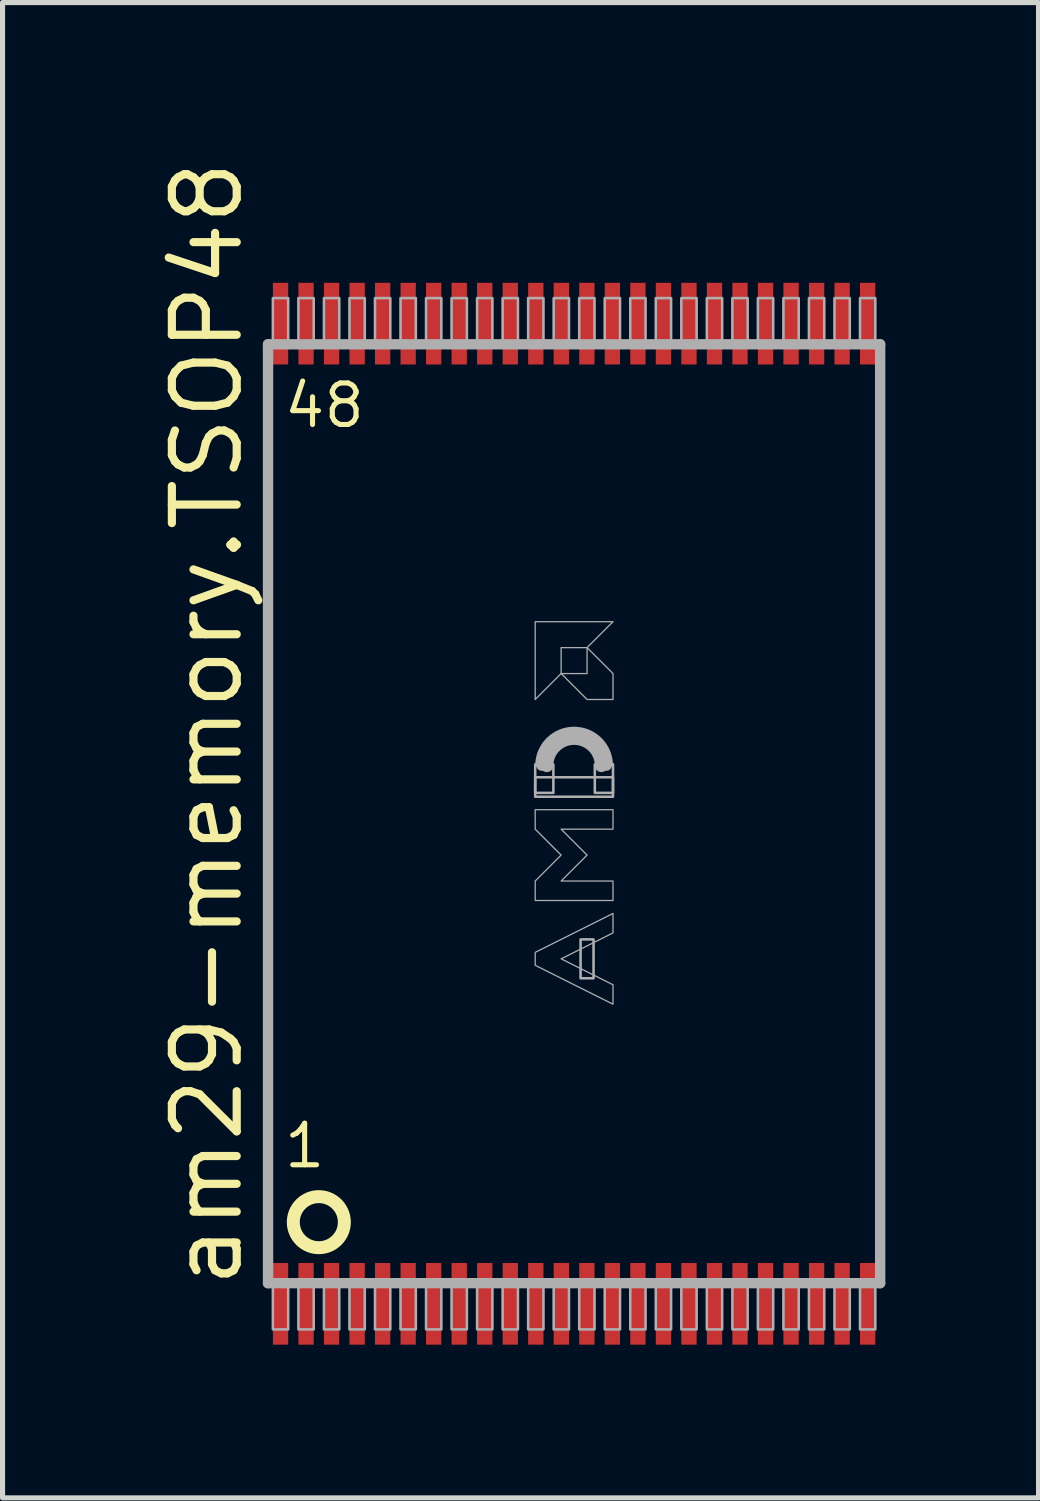
<source format=kicad_pcb>
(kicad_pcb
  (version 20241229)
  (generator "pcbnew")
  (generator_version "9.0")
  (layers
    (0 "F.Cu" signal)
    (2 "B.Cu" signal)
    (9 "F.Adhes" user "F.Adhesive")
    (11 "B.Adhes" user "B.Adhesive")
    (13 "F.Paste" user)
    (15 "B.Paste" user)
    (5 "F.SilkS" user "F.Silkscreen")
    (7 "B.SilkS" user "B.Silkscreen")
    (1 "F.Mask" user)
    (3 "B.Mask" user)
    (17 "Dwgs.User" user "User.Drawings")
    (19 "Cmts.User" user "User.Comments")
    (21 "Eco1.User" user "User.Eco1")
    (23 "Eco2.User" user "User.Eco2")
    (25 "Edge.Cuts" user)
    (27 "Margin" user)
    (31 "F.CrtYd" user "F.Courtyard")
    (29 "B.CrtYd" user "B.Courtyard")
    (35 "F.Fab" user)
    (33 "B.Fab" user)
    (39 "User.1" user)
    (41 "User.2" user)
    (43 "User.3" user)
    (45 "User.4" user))
  (footprint "am29-memory.TSOP48"
    (layer "F.Cu")
    (at 8.195 12.889)
    (property "Reference" "am29-memory.TSOP48" (at -6.445 9.35 90) (layer "F.SilkS") (effects (font (size 1.27 1.27) (thickness 0.16)) (justify left bottom)))
    (attr smd)
    (fp_circle (center -5 8) (end -4.5 8) (stroke (width 0.254) (type default)) (fill no) (layer "F.SilkS"))
    (fp_line (start -5.995 -9.195) (end 5.995 -9.195) (stroke (width 0.203) (type default)) (layer "F.Fab"))
    (fp_line (start -5.995 9.195) (end -5.995 -9.195) (stroke (width 0.203) (type default)) (layer "F.Fab"))
    (fp_line (start 5.995 -9.195) (end 5.995 9.195) (stroke (width 0.203) (type default)) (layer "F.Fab"))
    (fp_line (start 5.995 9.195) (end -5.995 9.195) (stroke (width 0.203) (type default)) (layer "F.Fab"))
    (fp_rect (start -5.9 -9.25) (end -5.6 -10.1) (stroke (width 0.05) (type default)) (fill no) (layer "F.Fab"))
    (fp_rect (start -5.9 10.1) (end -5.6 9.25) (stroke (width 0.05) (type default)) (fill no) (layer "F.Fab"))
    (fp_rect (start -5.4 -9.25) (end -5.1 -10.1) (stroke (width 0.05) (type default)) (fill no) (layer "F.Fab"))
    (fp_rect (start -5.4 10.1) (end -5.1 9.25) (stroke (width 0.05) (type default)) (fill no) (layer "F.Fab"))
    (fp_rect (start -4.9 -9.25) (end -4.6 -10.1) (stroke (width 0.05) (type default)) (fill no) (layer "F.Fab"))
    (fp_rect (start -4.9 10.1) (end -4.6 9.25) (stroke (width 0.05) (type default)) (fill no) (layer "F.Fab"))
    (fp_rect (start -4.4 -9.25) (end -4.1 -10.1) (stroke (width 0.05) (type default)) (fill no) (layer "F.Fab"))
    (fp_rect (start -4.4 10.1) (end -4.1 9.25) (stroke (width 0.05) (type default)) (fill no) (layer "F.Fab"))
    (fp_rect (start -3.9 -9.25) (end -3.6 -10.1) (stroke (width 0.05) (type default)) (fill no) (layer "F.Fab"))
    (fp_rect (start -3.9 10.1) (end -3.6 9.25) (stroke (width 0.05) (type default)) (fill no) (layer "F.Fab"))
    (fp_rect (start -3.4 -9.25) (end -3.1 -10.1) (stroke (width 0.05) (type default)) (fill no) (layer "F.Fab"))
    (fp_rect (start -3.4 10.1) (end -3.1 9.25) (stroke (width 0.05) (type default)) (fill no) (layer "F.Fab"))
    (fp_rect (start -2.9 -9.25) (end -2.6 -10.1) (stroke (width 0.05) (type default)) (fill no) (layer "F.Fab"))
    (fp_rect (start -2.9 10.1) (end -2.6 9.25) (stroke (width 0.05) (type default)) (fill no) (layer "F.Fab"))
    (fp_rect (start -2.4 -9.25) (end -2.1 -10.1) (stroke (width 0.05) (type default)) (fill no) (layer "F.Fab"))
    (fp_rect (start -2.4 10.1) (end -2.1 9.25) (stroke (width 0.05) (type default)) (fill no) (layer "F.Fab"))
    (fp_rect (start -1.9 -9.25) (end -1.6 -10.1) (stroke (width 0.05) (type default)) (fill no) (layer "F.Fab"))
    (fp_rect (start -1.9 10.1) (end -1.6 9.25) (stroke (width 0.05) (type default)) (fill no) (layer "F.Fab"))
    (fp_rect (start -1.4 -9.25) (end -1.1 -10.1) (stroke (width 0.05) (type default)) (fill no) (layer "F.Fab"))
    (fp_rect (start -1.4 10.1) (end -1.1 9.25) (stroke (width 0.05) (type default)) (fill no) (layer "F.Fab"))
    (fp_rect (start -0.9 -9.25) (end -0.6 -10.1) (stroke (width 0.05) (type default)) (fill no) (layer "F.Fab"))
    (fp_rect (start -0.9 10.1) (end -0.6 9.25) (stroke (width 0.05) (type default)) (fill no) (layer "F.Fab"))
    (fp_rect (start -0.762 -0.409) (end -0.406 -0.968) (stroke (width 0.05) (type default)) (fill no) (layer "F.Fab"))
    (fp_rect (start -0.762 -0.333) (end 0.762 -0.714) (stroke (width 0.05) (type default)) (fill no) (layer "F.Fab"))
    (fp_rect (start -0.4 -9.25) (end -0.1 -10.1) (stroke (width 0.05) (type default)) (fill no) (layer "F.Fab"))
    (fp_rect (start -0.4 10.1) (end -0.1 9.25) (stroke (width 0.05) (type default)) (fill no) (layer "F.Fab"))
    (fp_rect (start 0.1 -9.25) (end 0.4 -10.1) (stroke (width 0.05) (type default)) (fill no) (layer "F.Fab"))
    (fp_rect (start 0.1 10.1) (end 0.4 9.25) (stroke (width 0.05) (type default)) (fill no) (layer "F.Fab"))
    (fp_rect (start 0.127 3.223) (end 0.381 2.461) (stroke (width 0.05) (type default)) (fill no) (layer "F.Fab"))
    (fp_rect (start 0.406 -0.409) (end 0.762 -0.968) (stroke (width 0.05) (type default)) (fill no) (layer "F.Fab"))
    (fp_rect (start 0.6 -9.25) (end 0.9 -10.1) (stroke (width 0.05) (type default)) (fill no) (layer "F.Fab"))
    (fp_rect (start 0.6 10.1) (end 0.9 9.25) (stroke (width 0.05) (type default)) (fill no) (layer "F.Fab"))
    (fp_rect (start 1.1 -9.25) (end 1.4 -10.1) (stroke (width 0.05) (type default)) (fill no) (layer "F.Fab"))
    (fp_rect (start 1.1 10.1) (end 1.4 9.25) (stroke (width 0.05) (type default)) (fill no) (layer "F.Fab"))
    (fp_rect (start 1.6 -9.25) (end 1.9 -10.1) (stroke (width 0.05) (type default)) (fill no) (layer "F.Fab"))
    (fp_rect (start 1.6 10.1) (end 1.9 9.25) (stroke (width 0.05) (type default)) (fill no) (layer "F.Fab"))
    (fp_rect (start 2.1 -9.25) (end 2.4 -10.1) (stroke (width 0.05) (type default)) (fill no) (layer "F.Fab"))
    (fp_rect (start 2.1 10.1) (end 2.4 9.25) (stroke (width 0.05) (type default)) (fill no) (layer "F.Fab"))
    (fp_rect (start 2.6 -9.25) (end 2.9 -10.1) (stroke (width 0.05) (type default)) (fill no) (layer "F.Fab"))
    (fp_rect (start 2.6 10.1) (end 2.9 9.25) (stroke (width 0.05) (type default)) (fill no) (layer "F.Fab"))
    (fp_rect (start 3.1 -9.25) (end 3.4 -10.1) (stroke (width 0.05) (type default)) (fill no) (layer "F.Fab"))
    (fp_rect (start 3.1 10.1) (end 3.4 9.25) (stroke (width 0.05) (type default)) (fill no) (layer "F.Fab"))
    (fp_rect (start 3.6 -9.25) (end 3.9 -10.1) (stroke (width 0.05) (type default)) (fill no) (layer "F.Fab"))
    (fp_rect (start 3.6 10.1) (end 3.9 9.25) (stroke (width 0.05) (type default)) (fill no) (layer "F.Fab"))
    (fp_rect (start 4.1 -9.25) (end 4.4 -10.1) (stroke (width 0.05) (type default)) (fill no) (layer "F.Fab"))
    (fp_rect (start 4.1 10.1) (end 4.4 9.25) (stroke (width 0.05) (type default)) (fill no) (layer "F.Fab"))
    (fp_rect (start 4.6 -9.25) (end 4.9 -10.1) (stroke (width 0.05) (type default)) (fill no) (layer "F.Fab"))
    (fp_rect (start 4.6 10.1) (end 4.9 9.25) (stroke (width 0.05) (type default)) (fill no) (layer "F.Fab"))
    (fp_rect (start 5.1 -9.25) (end 5.4 -10.1) (stroke (width 0.05) (type default)) (fill no) (layer "F.Fab"))
    (fp_rect (start 5.1 10.1) (end 5.4 9.25) (stroke (width 0.05) (type default)) (fill no) (layer "F.Fab"))
    (fp_rect (start 5.6 -9.25) (end 5.9 -10.1) (stroke (width 0.05) (type default)) (fill no) (layer "F.Fab"))
    (fp_rect (start 5.6 10.1) (end 5.9 9.25) (stroke (width 0.05) (type default)) (fill no) (layer "F.Fab"))
    (fp_arc (start -0.7366 -0.9426) (mid 0 -1.6792) (end 0.7366 -0.9426) (stroke (width 0.0508) (type default)) (layer "F.Fab"))
    (fp_arc (start -0.635 -0.9426) (mid 0 -1.5776) (end 0.635 -0.9426) (stroke (width 0.2032) (type default)) (layer "F.Fab"))
    (fp_arc (start -0.5334 -0.9426) (mid 0 -1.476) (end 0.5334 -0.9426) (stroke (width 0.254) (type default)) (layer "F.Fab"))
    (fp_poly (pts (xy -0.762 -2.238) (xy -0.762 -3.762) (xy 0.762 -3.762) (xy 0.254 -3.254) (xy -0.254 -3.254) (xy -0.254 -2.746)) (stroke (width 0.025) (type default)) (fill no) (layer "F.Fab"))
    (fp_poly (pts (xy -0.254 -2.746) (xy 0.254 -2.238) (xy 0.762 -2.238) (xy 0.762 -2.746) (xy 0.254 -3.254) (xy 0.254 -2.746)) (stroke (width 0.025) (type default)) (fill no) (layer "F.Fab"))
    (fp_poly (pts (xy 0.762 3.731) (xy -0.762 2.969) (xy -0.762 2.715) (xy 0.762 1.953) (xy 0.762 2.334) (xy -0.254 2.842) (xy 0.762 3.35)) (stroke (width 0.025) (type default)) (fill no) (layer "F.Fab"))
    (fp_poly (pts (xy 0.762 1.699) (xy -0.762 1.699) (xy -0.762 1.318) (xy -0.254 0.81) (xy -0.762 0.302) (xy -0.762 -0.079) (xy 0.762 -0.079) (xy 0.762 0.302) (xy -0.254 0.302) (xy 0.254 0.81) (xy -0.254 1.318) (xy 0.762 1.318)) (stroke (width 0.025) (type default)) (fill no) (layer "F.Fab"))
    (fp_text user "1" (at -5.731 6.98 0) (layer "F.SilkS") (effects (font (size 0.813 0.813) (thickness 0.1)) (justify left bottom)))
    (fp_text user "48" (at -5.731 -7.52 0) (layer "F.SilkS") (effects (font (size 0.813 0.813) (thickness 0.1)) (justify left bottom)))
    (pad "1" smd roundrect (at -5.75 9.6) (size 0.3 1.6) (layers "F.Cu" "F.Mask" "F.Paste") (roundrect_rratio 0.01))
    (pad "2" smd roundrect (at -5.25 9.6) (size 0.3 1.6) (layers "F.Cu" "F.Mask" "F.Paste") (roundrect_rratio 0.01))
    (pad "3" smd roundrect (at -4.75 9.6) (size 0.3 1.6) (layers "F.Cu" "F.Mask" "F.Paste") (roundrect_rratio 0.01))
    (pad "4" smd roundrect (at -4.25 9.6) (size 0.3 1.6) (layers "F.Cu" "F.Mask" "F.Paste") (roundrect_rratio 0.01))
    (pad "5" smd roundrect (at -3.75 9.6) (size 0.3 1.6) (layers "F.Cu" "F.Mask" "F.Paste") (roundrect_rratio 0.01))
    (pad "6" smd roundrect (at -3.25 9.6) (size 0.3 1.6) (layers "F.Cu" "F.Mask" "F.Paste") (roundrect_rratio 0.01))
    (pad "7" smd roundrect (at -2.75 9.6) (size 0.3 1.6) (layers "F.Cu" "F.Mask" "F.Paste") (roundrect_rratio 0.01))
    (pad "8" smd roundrect (at -2.25 9.6) (size 0.3 1.6) (layers "F.Cu" "F.Mask" "F.Paste") (roundrect_rratio 0.01))
    (pad "9" smd roundrect (at -1.75 9.6) (size 0.3 1.6) (layers "F.Cu" "F.Mask" "F.Paste") (roundrect_rratio 0.01))
    (pad "10" smd roundrect (at -1.25 9.6) (size 0.3 1.6) (layers "F.Cu" "F.Mask" "F.Paste") (roundrect_rratio 0.01))
    (pad "11" smd roundrect (at -0.75 9.6) (size 0.3 1.6) (layers "F.Cu" "F.Mask" "F.Paste") (roundrect_rratio 0.01))
    (pad "12" smd roundrect (at -0.25 9.6) (size 0.3 1.6) (layers "F.Cu" "F.Mask" "F.Paste") (roundrect_rratio 0.01))
    (pad "13" smd roundrect (at 0.25 9.6) (size 0.3 1.6) (layers "F.Cu" "F.Mask" "F.Paste") (roundrect_rratio 0.01))
    (pad "14" smd roundrect (at 0.75 9.6) (size 0.3 1.6) (layers "F.Cu" "F.Mask" "F.Paste") (roundrect_rratio 0.01))
    (pad "15" smd roundrect (at 1.25 9.6) (size 0.3 1.6) (layers "F.Cu" "F.Mask" "F.Paste") (roundrect_rratio 0.01))
    (pad "16" smd roundrect (at 1.75 9.6) (size 0.3 1.6) (layers "F.Cu" "F.Mask" "F.Paste") (roundrect_rratio 0.01))
    (pad "17" smd roundrect (at 2.25 9.6) (size 0.3 1.6) (layers "F.Cu" "F.Mask" "F.Paste") (roundrect_rratio 0.01))
    (pad "18" smd roundrect (at 2.75 9.6) (size 0.3 1.6) (layers "F.Cu" "F.Mask" "F.Paste") (roundrect_rratio 0.01))
    (pad "19" smd roundrect (at 3.25 9.6) (size 0.3 1.6) (layers "F.Cu" "F.Mask" "F.Paste") (roundrect_rratio 0.01))
    (pad "20" smd roundrect (at 3.75 9.6) (size 0.3 1.6) (layers "F.Cu" "F.Mask" "F.Paste") (roundrect_rratio 0.01))
    (pad "21" smd roundrect (at 4.25 9.6) (size 0.3 1.6) (layers "F.Cu" "F.Mask" "F.Paste") (roundrect_rratio 0.01))
    (pad "22" smd roundrect (at 4.75 9.6) (size 0.3 1.6) (layers "F.Cu" "F.Mask" "F.Paste") (roundrect_rratio 0.01))
    (pad "23" smd roundrect (at 5.25 9.6) (size 0.3 1.6) (layers "F.Cu" "F.Mask" "F.Paste") (roundrect_rratio 0.01))
    (pad "24" smd roundrect (at 5.75 9.6) (size 0.3 1.6) (layers "F.Cu" "F.Mask" "F.Paste") (roundrect_rratio 0.01))
    (pad "25" smd roundrect (at 5.75 -9.6) (size 0.3 1.6) (layers "F.Cu" "F.Mask" "F.Paste") (roundrect_rratio 0.01))
    (pad "26" smd roundrect (at 5.25 -9.6) (size 0.3 1.6) (layers "F.Cu" "F.Mask" "F.Paste") (roundrect_rratio 0.01))
    (pad "27" smd roundrect (at 4.75 -9.6) (size 0.3 1.6) (layers "F.Cu" "F.Mask" "F.Paste") (roundrect_rratio 0.01))
    (pad "28" smd roundrect (at 4.25 -9.6) (size 0.3 1.6) (layers "F.Cu" "F.Mask" "F.Paste") (roundrect_rratio 0.01))
    (pad "29" smd roundrect (at 3.75 -9.6) (size 0.3 1.6) (layers "F.Cu" "F.Mask" "F.Paste") (roundrect_rratio 0.01))
    (pad "30" smd roundrect (at 3.25 -9.6) (size 0.3 1.6) (layers "F.Cu" "F.Mask" "F.Paste") (roundrect_rratio 0.01))
    (pad "31" smd roundrect (at 2.75 -9.6) (size 0.3 1.6) (layers "F.Cu" "F.Mask" "F.Paste") (roundrect_rratio 0.01))
    (pad "32" smd roundrect (at 2.25 -9.6) (size 0.3 1.6) (layers "F.Cu" "F.Mask" "F.Paste") (roundrect_rratio 0.01))
    (pad "33" smd roundrect (at 1.75 -9.6) (size 0.3 1.6) (layers "F.Cu" "F.Mask" "F.Paste") (roundrect_rratio 0.01))
    (pad "34" smd roundrect (at 1.25 -9.6) (size 0.3 1.6) (layers "F.Cu" "F.Mask" "F.Paste") (roundrect_rratio 0.01))
    (pad "35" smd roundrect (at 0.75 -9.6) (size 0.3 1.6) (layers "F.Cu" "F.Mask" "F.Paste") (roundrect_rratio 0.01))
    (pad "36" smd roundrect (at 0.25 -9.6) (size 0.3 1.6) (layers "F.Cu" "F.Mask" "F.Paste") (roundrect_rratio 0.01))
    (pad "37" smd roundrect (at -0.25 -9.6) (size 0.3 1.6) (layers "F.Cu" "F.Mask" "F.Paste") (roundrect_rratio 0.01))
    (pad "38" smd roundrect (at -0.75 -9.6) (size 0.3 1.6) (layers "F.Cu" "F.Mask" "F.Paste") (roundrect_rratio 0.01))
    (pad "39" smd roundrect (at -1.25 -9.6) (size 0.3 1.6) (layers "F.Cu" "F.Mask" "F.Paste") (roundrect_rratio 0.01))
    (pad "40" smd roundrect (at -1.75 -9.6) (size 0.3 1.6) (layers "F.Cu" "F.Mask" "F.Paste") (roundrect_rratio 0.01))
    (pad "41" smd roundrect (at -2.25 -9.6) (size 0.3 1.6) (layers "F.Cu" "F.Mask" "F.Paste") (roundrect_rratio 0.01))
    (pad "42" smd roundrect (at -2.75 -9.6) (size 0.3 1.6) (layers "F.Cu" "F.Mask" "F.Paste") (roundrect_rratio 0.01))
    (pad "43" smd roundrect (at -3.25 -9.6) (size 0.3 1.6) (layers "F.Cu" "F.Mask" "F.Paste") (roundrect_rratio 0.01))
    (pad "44" smd roundrect (at -3.75 -9.6) (size 0.3 1.6) (layers "F.Cu" "F.Mask" "F.Paste") (roundrect_rratio 0.01))
    (pad "45" smd roundrect (at -4.25 -9.6) (size 0.3 1.6) (layers "F.Cu" "F.Mask" "F.Paste") (roundrect_rratio 0.01))
    (pad "46" smd roundrect (at -4.75 -9.6) (size 0.3 1.6) (layers "F.Cu" "F.Mask" "F.Paste") (roundrect_rratio 0.01))
    (pad "47" smd roundrect (at -5.25 -9.6) (size 0.3 1.6) (layers "F.Cu" "F.Mask" "F.Paste") (roundrect_rratio 0.01))
    (pad "48" smd roundrect (at -5.75 -9.6) (size 0.3 1.6) (layers "F.Cu" "F.Mask" "F.Paste") (roundrect_rratio 0.01)))
  (gr_rect
    (start -3 -3)
    (end 17.292 26.289)
    (stroke (width 0.1) (type default))
    (fill no)
    (layer "Edge.Cuts")))
</source>
